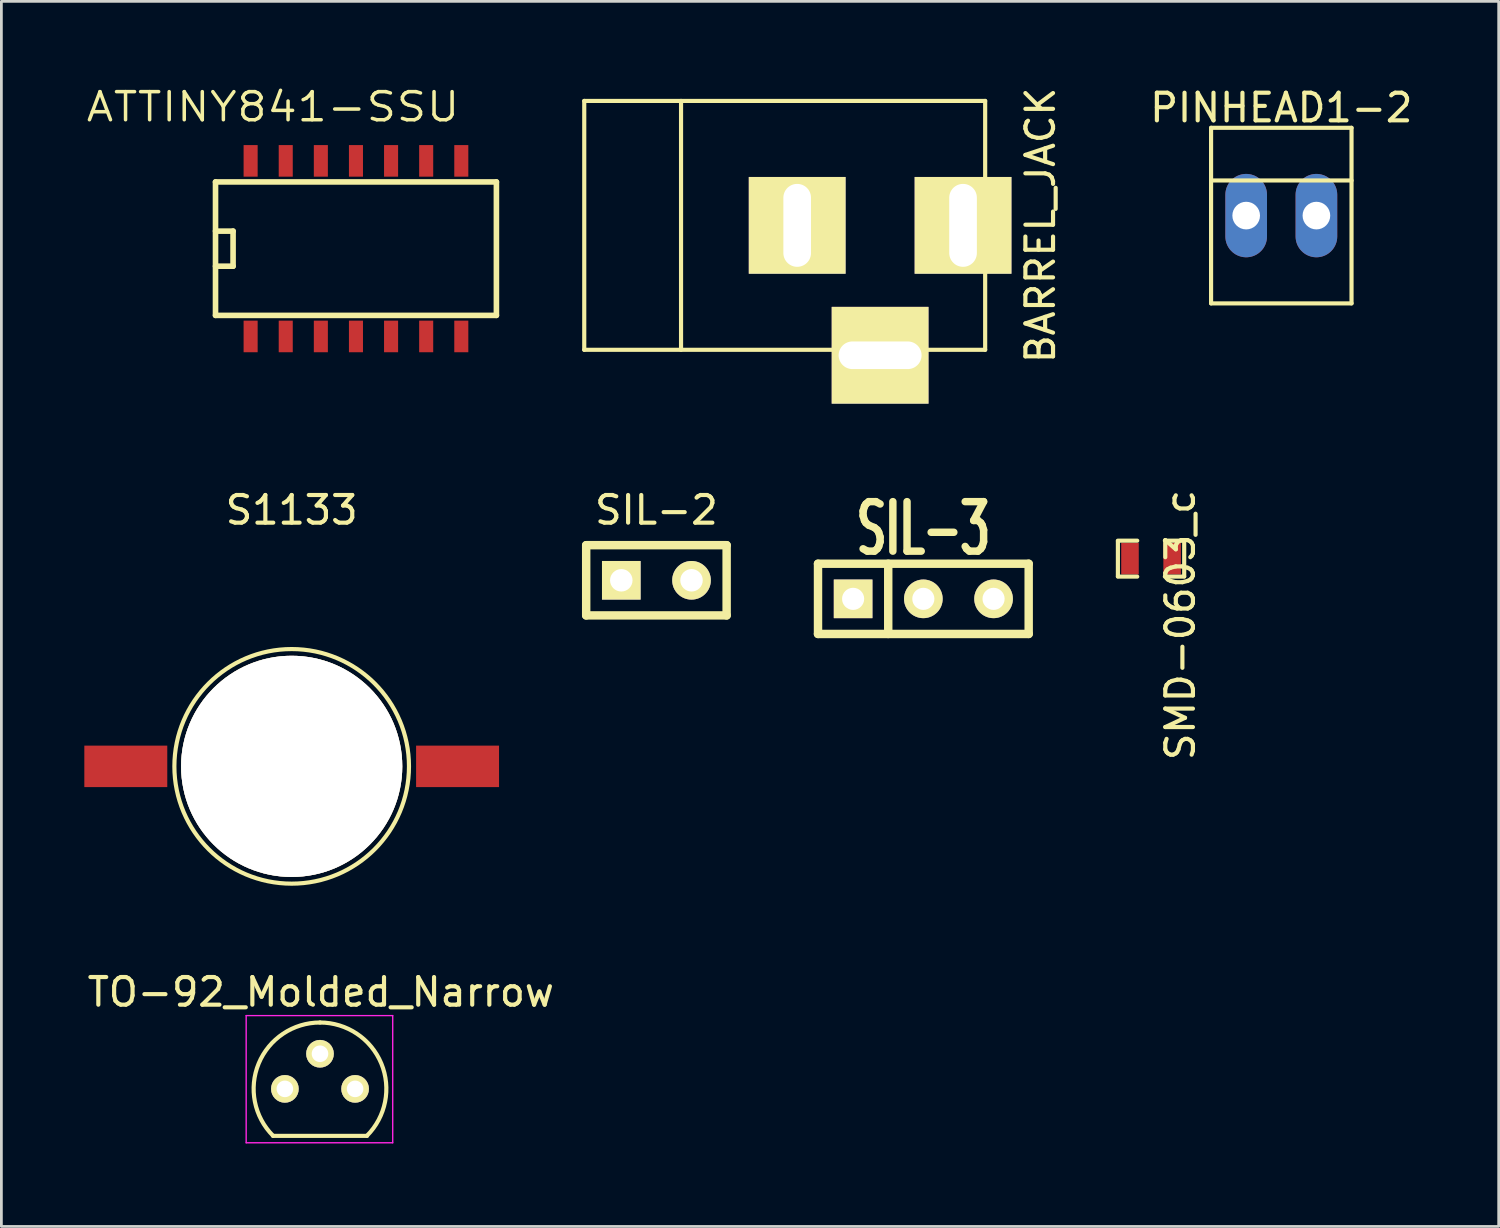
<source format=kicad_pcb>
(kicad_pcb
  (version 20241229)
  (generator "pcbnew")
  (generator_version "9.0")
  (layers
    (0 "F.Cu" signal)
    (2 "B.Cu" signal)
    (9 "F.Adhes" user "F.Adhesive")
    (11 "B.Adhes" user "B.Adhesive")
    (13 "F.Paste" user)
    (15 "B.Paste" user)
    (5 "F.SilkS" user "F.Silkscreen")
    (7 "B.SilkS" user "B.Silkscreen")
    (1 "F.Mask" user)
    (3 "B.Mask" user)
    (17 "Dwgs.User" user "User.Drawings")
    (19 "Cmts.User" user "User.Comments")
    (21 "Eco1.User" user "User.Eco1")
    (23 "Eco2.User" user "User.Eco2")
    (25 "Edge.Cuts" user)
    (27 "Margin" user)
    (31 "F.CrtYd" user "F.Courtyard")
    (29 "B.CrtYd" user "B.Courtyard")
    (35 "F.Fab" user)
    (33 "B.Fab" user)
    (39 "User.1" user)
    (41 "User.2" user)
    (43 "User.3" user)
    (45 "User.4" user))
  (footprint "S1133"
    (layer "F.Cu")
    (at 7.5 16.669)
    (property "Reference" "S1133" (at 0 -1.27 0) (layer "F.SilkS") (effects (font (size 1 1) (thickness 0.15))))
    (attr through_hole)
    (fp_circle (center 0 8) (end 3 5) (stroke (width 0.15) (type solid)) (fill no) (layer "F.SilkS"))
    (pad "1" smd rect (at 6 8) (size 3 1.5) (layers "F.Cu" "F.Mask" "F.Paste"))
    (pad "2" smd rect (at -6 8) (size 3 1.5) (layers "F.Cu" "F.Mask" "F.Paste"))
    (pad "2" thru_hole circle (at 0 8) (size 8 8) (drill 8) (layers "*.Cu" "*.Mask" "F.SilkS")))
  (footprint "SIL-3"
    (layer "F.Cu")
    (at 30.347 18.61)
    (property "Reference" "SIL-3" (at 0 -2.54 0) (layer "F.SilkS") (effects (font (size 1.791 1.077) (thickness 0.269))))
    (attr through_hole)
    (fp_line (start -3.81 -1.27) (end 3.81 -1.27) (stroke (width 0.305) (type solid)) (layer "F.SilkS"))
    (fp_line (start -3.81 1.27) (end -3.81 -1.27) (stroke (width 0.305) (type solid)) (layer "F.SilkS"))
    (fp_line (start -1.27 -1.27) (end -1.27 1.27) (stroke (width 0.305) (type solid)) (layer "F.SilkS"))
    (fp_line (start 3.81 -1.27) (end 3.81 1.27) (stroke (width 0.305) (type solid)) (layer "F.SilkS"))
    (fp_line (start 3.81 1.27) (end -3.81 1.27) (stroke (width 0.305) (type solid)) (layer "F.SilkS"))
    (pad "1" thru_hole rect (at -2.54 0) (size 1.397 1.397) (drill 0.8) (layers "*.Cu" "*.Mask" "F.SilkS"))
    (pad "2" thru_hole circle (at 0 0) (size 1.397 1.397) (drill 0.8) (layers "*.Cu" "*.Mask" "F.SilkS"))
    (pad "3" thru_hole circle (at 2.54 0) (size 1.397 1.397) (drill 0.8) (layers "*.Cu" "*.Mask" "F.SilkS")))
  (footprint "SMD-0603_c"
    (layer "F.Cu")
    (at 38.583 17.156)
    (property "Reference" "SMD-0603_c" (at 1.06 2.4 90) (layer "F.SilkS") (effects (font (size 1 1) (thickness 0.15))))
    (attr smd)
    (fp_line (start -1.199 -0.65) (end -0.5 -0.65) (stroke (width 0.15) (type solid)) (layer "F.SilkS"))
    (fp_line (start -1.199 0.635) (end -1.199 -0.635) (stroke (width 0.15) (type solid)) (layer "F.SilkS"))
    (fp_line (start -0.5 0.65) (end -1.199 0.65) (stroke (width 0.15) (type solid)) (layer "F.SilkS"))
    (fp_line (start 0.5 -0.65) (end 1.199 -0.65) (stroke (width 0.15) (type solid)) (layer "F.SilkS"))
    (fp_line (start 0.5 0.65) (end 1.199 0.65) (stroke (width 0.15) (type solid)) (layer "F.SilkS"))
    (fp_line (start 1.199 -0.635) (end 1.199 0.635) (stroke (width 0.15) (type solid)) (layer "F.SilkS"))
    (pad "1" smd rect (at -0.762 0) (size 0.635 1.143) (layers "F.Cu" "F.Mask" "F.Paste"))
    (pad "2" smd rect (at 0.762 0) (size 0.635 1.143) (layers "F.Cu" "F.Mask" "F.Paste")))
  (footprint "SIL-2"
    (layer "F.Cu")
    (at 20.692 17.939)
    (property "Reference" "SIL-2" (at 0 -2.54 0) (layer "F.SilkS") (effects (font (size 1 1) (thickness 0.15))))
    (attr through_hole)
    (fp_line (start -2.54 -1.27) (end 2.54 -1.27) (stroke (width 0.305) (type solid)) (layer "F.SilkS"))
    (fp_line (start -2.54 1.27) (end -2.54 -1.27) (stroke (width 0.305) (type solid)) (layer "F.SilkS"))
    (fp_line (start 2.54 -1.27) (end 2.54 1.27) (stroke (width 0.305) (type solid)) (layer "F.SilkS"))
    (fp_line (start 2.54 1.27) (end -2.54 1.27) (stroke (width 0.305) (type solid)) (layer "F.SilkS"))
    (pad "1" thru_hole rect (at -1.27 0) (size 1.397 1.397) (drill 0.813) (layers "*.Cu" "*.Mask" "F.SilkS"))
    (pad "2" thru_hole circle (at 1.27 0) (size 1.397 1.397) (drill 0.813) (layers "*.Cu" "*.Mask" "F.SilkS")))
  (footprint "BARREL_JACK"
    (layer "F.Cu")
    (at 25.583 5.101)
    (property "Reference" "BARREL_JACK" (at 9 0 270) (layer "F.SilkS") (effects (font (size 1 1) (thickness 0.15))))
    (attr through_hole)
    (fp_line (start -7.501 -4.501) (end -7.501 4.501) (stroke (width 0.15) (type solid)) (layer "F.SilkS"))
    (fp_line (start -7.501 4.501) (end 7 4.501) (stroke (width 0.15) (type solid)) (layer "F.SilkS"))
    (fp_line (start -4 -4.501) (end -4 4.501) (stroke (width 0.15) (type solid)) (layer "F.SilkS"))
    (fp_line (start 7 -4.501) (end -7.501 -4.501) (stroke (width 0.15) (type solid)) (layer "F.SilkS"))
    (fp_line (start 7 4.501) (end 7 -4.501) (stroke (width 0.15) (type solid)) (layer "F.SilkS"))
    (pad "1" thru_hole rect (at 6.2 0) (size 3.5 3.5) (drill oval 1 3) (layers "*.Cu" "*.Mask" "F.SilkS"))
    (pad "2" thru_hole rect (at 0.201 0) (size 3.5 3.5) (drill oval 1 3) (layers "*.Cu" "*.Mask" "F.SilkS"))
    (pad "3" thru_hole rect (at 3.2 4.699) (size 3.5 3.5) (drill oval 3 1) (layers "*.Cu" "*.Mask" "F.SilkS")))
  (footprint "ATTINY841-SSU"
    (layer "F.Cu")
    (at 9.825 5.817)
    (property "Reference" "ATTINY841-SSU" (at -3 -5 0) (layer "F.SilkS") (effects (font (size 1.016 1.143) (thickness 0.127))))
    (attr smd)
    (fp_line (start -5.08 -2.286) (end 5.08 -2.286) (stroke (width 0.203) (type solid)) (layer "F.SilkS"))
    (fp_line (start -5.08 -0.508) (end -4.445 -0.508) (stroke (width 0.203) (type solid)) (layer "F.SilkS"))
    (fp_line (start -5.08 2.54) (end -5.08 -2.286) (stroke (width 0.203) (type solid)) (layer "F.SilkS"))
    (fp_line (start -4.445 -0.508) (end -4.445 0.762) (stroke (width 0.203) (type solid)) (layer "F.SilkS"))
    (fp_line (start -4.445 0.762) (end -5.08 0.762) (stroke (width 0.203) (type solid)) (layer "F.SilkS"))
    (fp_line (start 5.08 -2.286) (end 5.08 2.54) (stroke (width 0.203) (type solid)) (layer "F.SilkS"))
    (fp_line (start 5.08 2.54) (end -5.08 2.54) (stroke (width 0.203) (type solid)) (layer "F.SilkS"))
    (pad "1" smd rect (at -3.81 3.302) (size 0.508 1.143) (layers "F.Cu" "F.Mask" "F.Paste"))
    (pad "2" smd rect (at -2.54 3.302) (size 0.508 1.143) (layers "F.Cu" "F.Mask" "F.Paste"))
    (pad "3" smd rect (at -1.27 3.302) (size 0.508 1.143) (layers "F.Cu" "F.Mask" "F.Paste"))
    (pad "4" smd rect (at 0 3.302) (size 0.508 1.143) (layers "F.Cu" "F.Mask" "F.Paste"))
    (pad "5" smd rect (at 1.27 3.302) (size 0.508 1.143) (layers "F.Cu" "F.Mask" "F.Paste"))
    (pad "6" smd rect (at 2.54 3.302) (size 0.508 1.143) (layers "F.Cu" "F.Mask" "F.Paste"))
    (pad "7" smd rect (at 3.81 3.302) (size 0.508 1.143) (layers "F.Cu" "F.Mask" "F.Paste"))
    (pad "8" smd rect (at 3.81 -3.048) (size 0.508 1.143) (layers "F.Cu" "F.Mask" "F.Paste"))
    (pad "9" smd rect (at 2.54 -3.048) (size 0.508 1.143) (layers "F.Cu" "F.Mask" "F.Paste"))
    (pad "10" smd rect (at 1.27 -3.048) (size 0.508 1.143) (layers "F.Cu" "F.Mask" "F.Paste"))
    (pad "11" smd rect (at 0 -3.048) (size 0.508 1.143) (layers "F.Cu" "F.Mask" "F.Paste"))
    (pad "12" smd rect (at -1.27 -3.048) (size 0.508 1.143) (layers "F.Cu" "F.Mask" "F.Paste"))
    (pad "13" smd rect (at -2.54 -3.048) (size 0.508 1.143) (layers "F.Cu" "F.Mask" "F.Paste"))
    (pad "14" smd rect (at -3.81 -3.048) (size 0.508 1.143) (layers "F.Cu" "F.Mask" "F.Paste")))
  (footprint "PINHEAD1-2"
    (layer "F.Cu")
    (at 43.294 4.748)
    (property "Reference" "PINHEAD1-2" (at 0 -3.9 0) (layer "F.SilkS") (effects (font (size 1 1) (thickness 0.15))))
    (attr exclude_from_pos_files exclude_from_bom)
    (fp_line (start -2.54 -3.175) (end -2.54 3.175) (stroke (width 0.15) (type solid)) (layer "F.SilkS"))
    (fp_line (start -2.54 -3.175) (end 2.54 -3.175) (stroke (width 0.15) (type solid)) (layer "F.SilkS"))
    (fp_line (start 2.54 -3.175) (end 2.54 3.175) (stroke (width 0.15) (type solid)) (layer "F.SilkS"))
    (fp_line (start 2.54 -1.27) (end -2.54 -1.27) (stroke (width 0.15) (type solid)) (layer "F.SilkS"))
    (fp_line (start 2.54 3.175) (end -2.54 3.175) (stroke (width 0.15) (type solid)) (layer "F.SilkS"))
    (pad "1" thru_hole oval (at -1.27 0) (size 1.506 3.015) (drill 1) (layers "*.Cu" "*.Mask"))
    (pad "2" thru_hole oval (at 1.27 0) (size 1.506 3.015) (drill 1) (layers "*.Cu" "*.Mask")))
  (footprint "TO-92_Molded_Narrow"
    (layer "F.Cu")
    (at 7.254 36.334)
    (property "Reference" "TO-92_Molded_Narrow" (at 1.3 -3.5 0) (layer "F.SilkS") (effects (font (size 1 1) (thickness 0.15))))
    (attr through_hole)
    (fp_line (start -0.43 1.7) (end 2.97 1.7) (stroke (width 0.15) (type solid)) (layer "F.SilkS"))
    (fp_arc (start -0.427056 1.697056) (mid -0.947311 -0.91844) (end 1.27 -2.4) (stroke (width 0.15) (type solid)) (layer "F.SilkS"))
    (fp_arc (start 1.27 -2.4) (mid 3.487311 -0.91844) (end 2.967056 1.697056) (stroke (width 0.15) (type solid)) (layer "F.SilkS"))
    (fp_line (start -1.4 -2.65) (end 3.9 -2.65) (stroke (width 0.05) (type solid)) (layer "F.CrtYd"))
    (fp_line (start -1.4 1.95) (end -1.4 -2.65) (stroke (width 0.05) (type solid)) (layer "F.CrtYd"))
    (fp_line (start -1.4 1.95) (end 3.9 1.95) (stroke (width 0.05) (type solid)) (layer "F.CrtYd"))
    (fp_line (start 3.9 1.95) (end 3.9 -2.65) (stroke (width 0.05) (type solid)) (layer "F.CrtYd"))
    (pad "1" thru_hole circle (at 0 0 90) (size 1.001 1.001) (drill 0.6) (layers "*.Cu" "*.Mask" "F.SilkS"))
    (pad "2" thru_hole circle (at 1.27 -1.27 90) (size 1.001 1.001) (drill 0.6) (layers "*.Cu" "*.Mask" "F.SilkS"))
    (pad "3" thru_hole circle (at 2.54 0 90) (size 1.001 1.001) (drill 0.6) (layers "*.Cu" "*.Mask" "F.SilkS")))
  (gr_rect
    (start -3 -3)
    (end 51.157 41.309)
    (stroke (width 0.1) (type default))
    (fill no)
    (layer "Edge.Cuts")))
</source>
